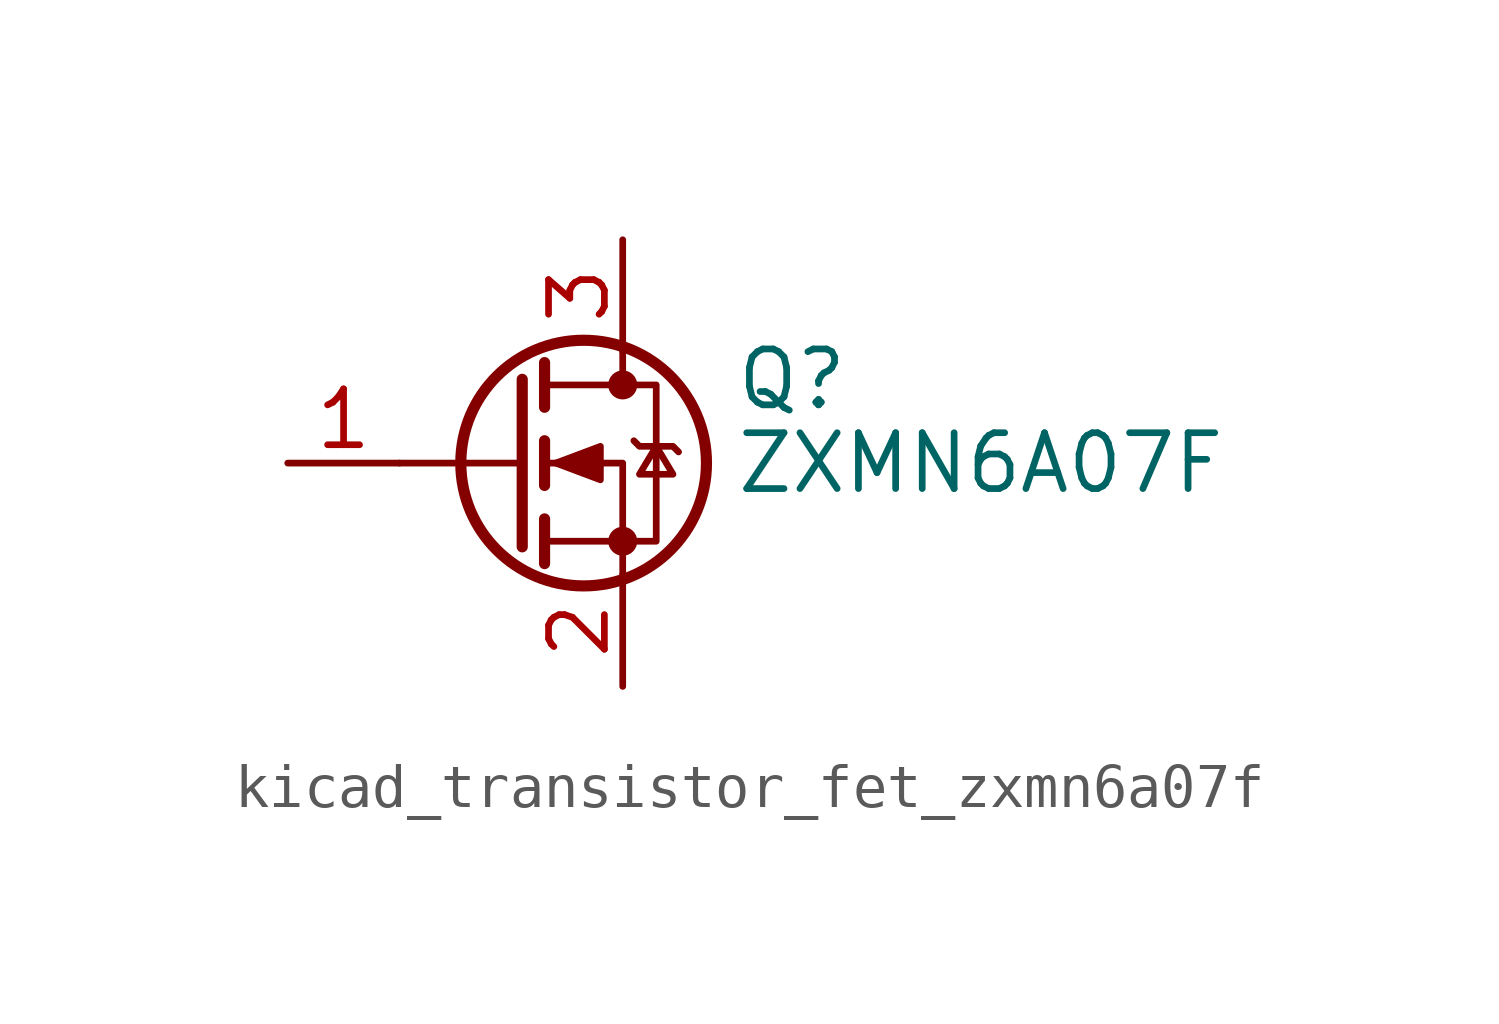
<source format=kicad_sym>
(kicad_symbol_lib
  (version 20220914)
  (generator kicad_symbol_editor)
  (symbol "kicad_transistor_fet_zxmn6a07f"
    (pin_names hide)
    (property "Reference" "Q"
      (at 5.08 1.905 0)
      (effects (font (size 1.27 1.27)) (justify left)))
    (property "Value" "ZXMN6A07F"
      (at 5.08 0 0)
      (effects (font (size 1.27 1.27)) (justify left)))
    (symbol "kicad_transistor_fet_zxmn6a07f_0_1"
      (polyline (pts (xy 0.254 0) (xy -2.54 0)) (stroke (width 0) (type default)) (fill (type none)))
      (polyline (pts (xy 0.254 1.905) (xy 0.254 -1.905)) (stroke (width 0.254) (type default)) (fill (type none)))
      (polyline (pts (xy 0.762 -1.27) (xy 0.762 -2.286)) (stroke (width 0.254) (type default)) (fill (type none)))
      (polyline (pts (xy 0.762 0.508) (xy 0.762 -0.508)) (stroke (width 0.254) (type default)) (fill (type none)))
      (polyline (pts (xy 0.762 2.286) (xy 0.762 1.27)) (stroke (width 0.254) (type default)) (fill (type none)))
      (polyline (pts (xy 2.54 2.54) (xy 2.54 1.778)) (stroke (width 0) (type default)) (fill (type none)))
      (polyline (pts (xy 2.54 -2.54) (xy 2.54 0) (xy 0.762 0)) (stroke (width 0) (type default)) (fill (type none)))
      (polyline (pts (xy 0.762 -1.778) (xy 3.302 -1.778) (xy 3.302 1.778) (xy 0.762 1.778)) (stroke (width 0) (type default)) (fill (type none)))
      (polyline (pts (xy 1.016 0) (xy 2.032 0.381) (xy 2.032 -0.381) (xy 1.016 0)) (stroke (width 0) (type default)) (fill (type outline)))
      (polyline (pts (xy 2.794 0.508) (xy 2.921 0.381) (xy 3.683 0.381) (xy 3.81 0.254)) (stroke (width 0) (type default)) (fill (type none)))
      (polyline (pts (xy 3.302 0.381) (xy 2.921 -0.254) (xy 3.683 -0.254) (xy 3.302 0.381)) (stroke (width 0) (type default)) (fill (type none)))
      (circle (center 1.651 0) (radius 2.794) (stroke (width 0.254) (type default)) (fill (type none)))
      (circle (center 2.54 -1.778) (radius 0.254) (stroke (width 0) (type default)) (fill (type outline)))
      (circle (center 2.54 1.778) (radius 0.254) (stroke (width 0) (type default)) (fill (type outline))))
    (symbol "kicad_transistor_fet_zxmn6a07f_1_1"
      (pin input line (at -5.08 0 0) (length 2.54) (name "G" (effects (font (size 1.27 1.27)))) (number "1" (effects (font (size 1.27 1.27)))))
      (pin passive line (at 2.54 -5.08 90) (length 2.54) (name "S" (effects (font (size 1.27 1.27)))) (number "2" (effects (font (size 1.27 1.27)))))
      (pin passive line (at 2.54 5.08 270) (length 2.54) (name "D" (effects (font (size 1.27 1.27)))) (number "3" (effects (font (size 1.27 1.27))))))))
</source>
